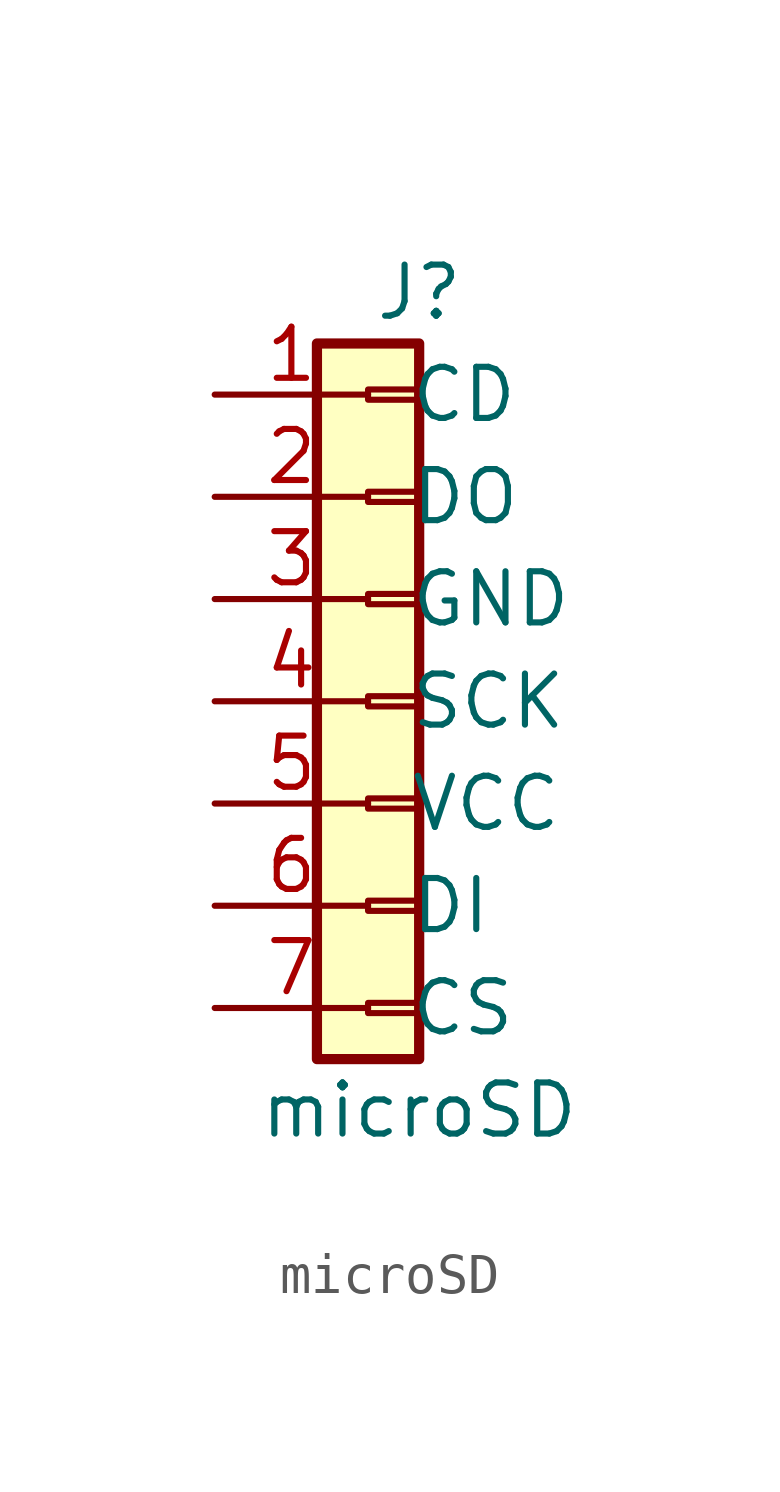
<source format=kicad_sym>
(kicad_symbol_lib
  (version 20211014)
  (generator kicad_symbol_editor)
  (symbol "microSD"
    (pin_names
      (offset 1.016))
    (property "Reference" "J"
      (at 0 10.16 0)
      (effects (font (size 1.27 1.27))))
    (property "Value" "microSD"
      (at 0 -10.16 0)
      (effects (font (size 1.27 1.27))))
    (symbol "microSD_1_1"
      (rectangle (start -2.54 8.89) (end 0 -8.89) (stroke (width 0.254) (type default) (color 0 0 0 0)) (fill (type background)))
      (rectangle (start -1.27 -7.493) (end 0 -7.747) (stroke (width 0.152) (type default) (color 0 0 0 0)) (fill (type none)))
      (rectangle (start -1.27 -4.953) (end 0 -5.207) (stroke (width 0.152) (type default) (color 0 0 0 0)) (fill (type none)))
      (rectangle (start -1.27 -2.413) (end 0 -2.667) (stroke (width 0.152) (type default) (color 0 0 0 0)) (fill (type none)))
      (rectangle (start -1.27 0.127) (end 0 -0.127) (stroke (width 0.152) (type default) (color 0 0 0 0)) (fill (type none)))
      (rectangle (start -1.27 2.667) (end 0 2.413) (stroke (width 0.152) (type default) (color 0 0 0 0)) (fill (type none)))
      (rectangle (start -1.27 5.207) (end 0 4.953) (stroke (width 0.152) (type default) (color 0 0 0 0)) (fill (type none)))
      (rectangle (start -1.27 7.747) (end 0 7.493) (stroke (width 0.152) (type default) (color 0 0 0 0)) (fill (type none)))
      (pin passive line (at -5.08 7.62 0) (length 3.81) (name "CD" (effects (font (size 1.27 1.27)))) (number "1" (effects (font (size 1.27 1.27)))))
      (pin passive line (at -5.08 5.08 0) (length 3.81) (name "DO" (effects (font (size 1.27 1.27)))) (number "2" (effects (font (size 1.27 1.27)))))
      (pin passive line (at -5.08 2.54 0) (length 3.81) (name "GND" (effects (font (size 1.27 1.27)))) (number "3" (effects (font (size 1.27 1.27)))))
      (pin passive line (at -5.08 0 0) (length 3.81) (name "SCK" (effects (font (size 1.27 1.27)))) (number "4" (effects (font (size 1.27 1.27)))))
      (pin passive line (at -5.08 -2.54 0) (length 3.81) (name "VCC" (effects (font (size 1.27 1.27)))) (number "5" (effects (font (size 1.27 1.27)))))
      (pin passive line (at -5.08 -5.08 0) (length 3.81) (name "DI" (effects (font (size 1.27 1.27)))) (number "6" (effects (font (size 1.27 1.27)))))
      (pin passive line (at -5.08 -7.62 0) (length 3.81) (name "CS" (effects (font (size 1.27 1.27)))) (number "7" (effects (font (size 1.27 1.27))))))))
</source>
